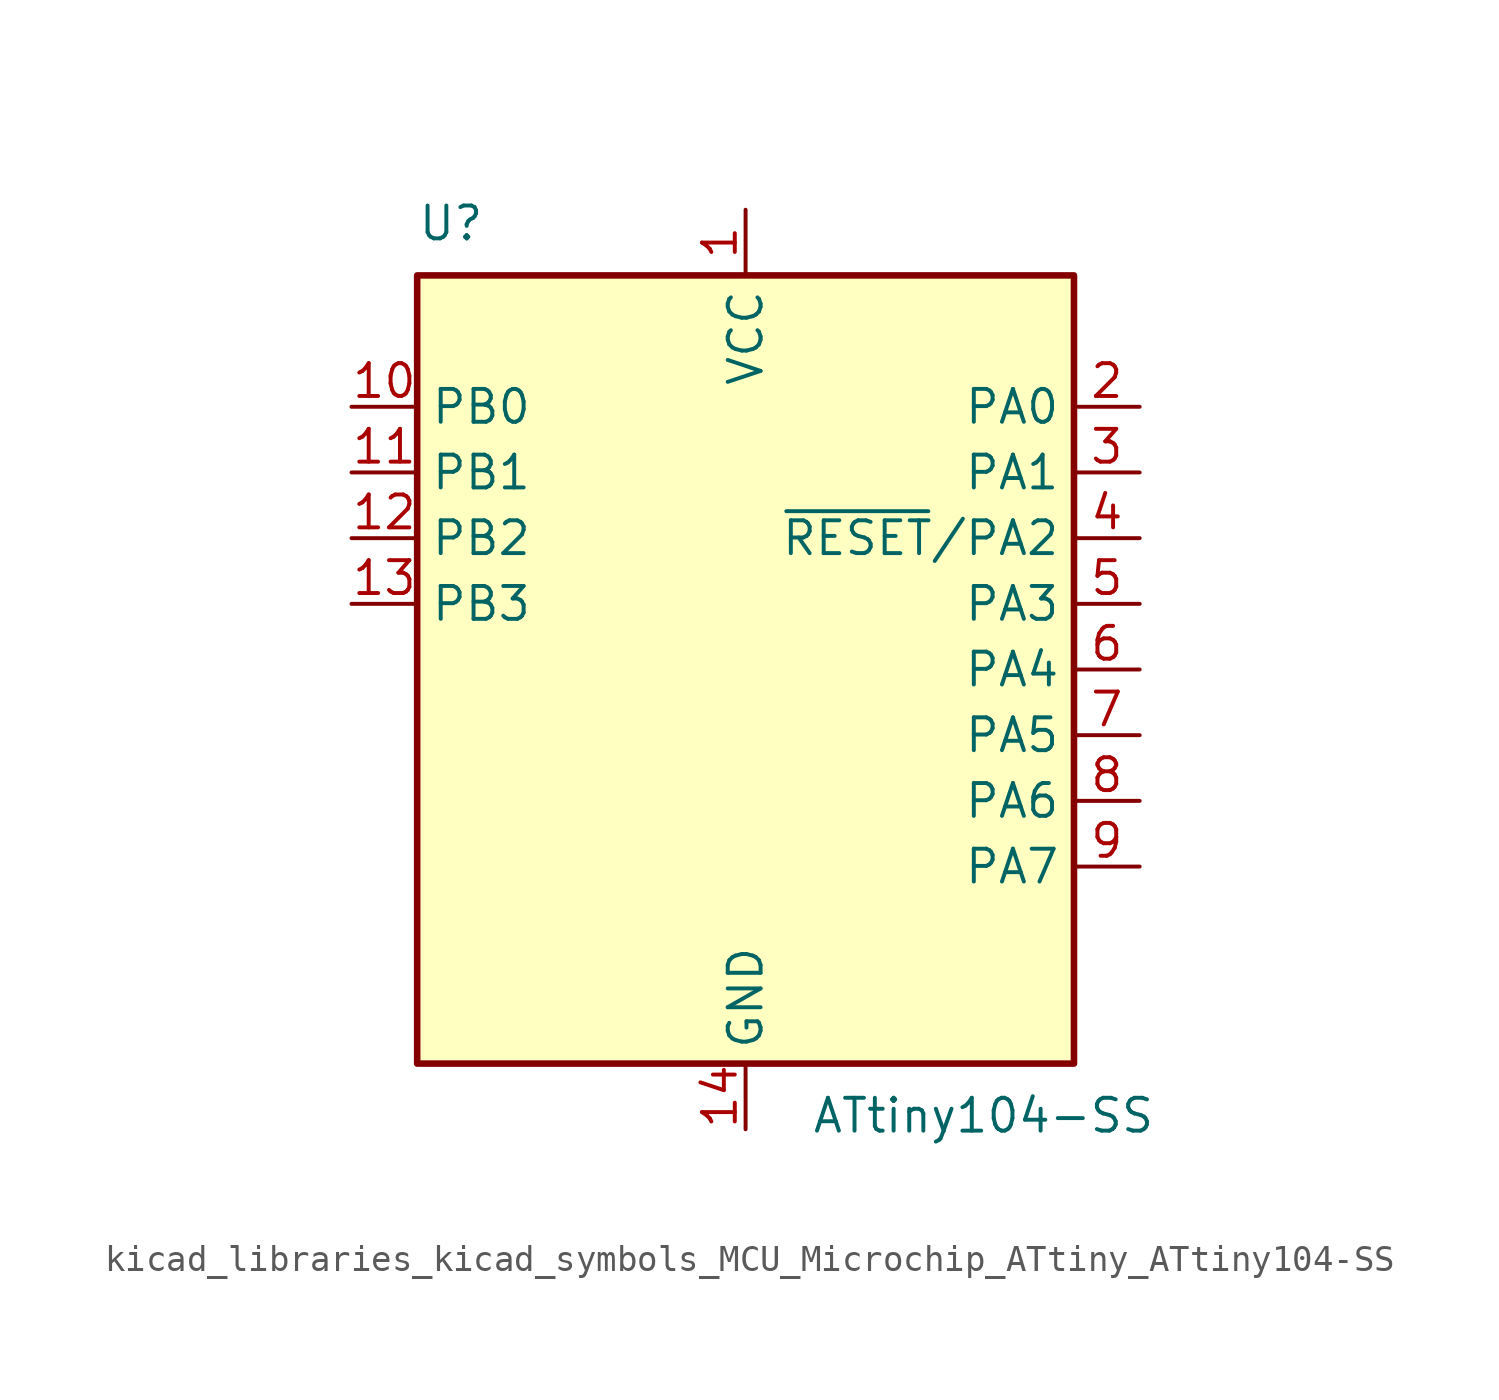
<source format=kicad_sym>
(kicad_symbol_lib
  (version 20220914)
  (generator kicad_symbol_editor)
  (symbol "kicad_libraries_kicad_symbols_MCU_Microchip_ATtiny_ATtiny104-SS"
    (property "Reference" "U"
      (at -12.7 16.51 0)
      (effects (font (size 1.27 1.27)) (justify left bottom)))
    (property "Value" "ATtiny104-SS"
      (at 2.54 -16.51 0)
      (effects (font (size 1.27 1.27)) (justify left top)))
    (symbol "kicad_libraries_kicad_symbols_MCU_Microchip_ATtiny_ATtiny104-SS_0_1"
      (rectangle (start -12.7 -15.24) (end 12.7 15.24) (stroke (width 0.254) (type default)) (fill (type background))))
    (symbol "kicad_libraries_kicad_symbols_MCU_Microchip_ATtiny_ATtiny104-SS_1_1"
      (pin power_in line (at 0 17.78 270) (length 2.54) (name "VCC" (effects (font (size 1.27 1.27)))) (number "1" (effects (font (size 1.27 1.27)))))
      (pin bidirectional line (at -15.24 10.16 0) (length 2.54) (name "PB0" (effects (font (size 1.27 1.27)))) (number "10" (effects (font (size 1.27 1.27)))))
      (pin bidirectional line (at -15.24 7.62 0) (length 2.54) (name "PB1" (effects (font (size 1.27 1.27)))) (number "11" (effects (font (size 1.27 1.27)))))
      (pin bidirectional line (at -15.24 5.08 0) (length 2.54) (name "PB2" (effects (font (size 1.27 1.27)))) (number "12" (effects (font (size 1.27 1.27)))))
      (pin bidirectional line (at -15.24 2.54 0) (length 2.54) (name "PB3" (effects (font (size 1.27 1.27)))) (number "13" (effects (font (size 1.27 1.27)))))
      (pin power_in line (at 0 -17.78 90) (length 2.54) (name "GND" (effects (font (size 1.27 1.27)))) (number "14" (effects (font (size 1.27 1.27)))))
      (pin bidirectional line (at 15.24 10.16 180) (length 2.54) (name "PA0" (effects (font (size 1.27 1.27)))) (number "2" (effects (font (size 1.27 1.27)))))
      (pin bidirectional line (at 15.24 7.62 180) (length 2.54) (name "PA1" (effects (font (size 1.27 1.27)))) (number "3" (effects (font (size 1.27 1.27)))))
      (pin bidirectional line (at 15.24 5.08 180) (length 2.54) (name "~{RESET}/PA2" (effects (font (size 1.27 1.27)))) (number "4" (effects (font (size 1.27 1.27)))))
      (pin bidirectional line (at 15.24 2.54 180) (length 2.54) (name "PA3" (effects (font (size 1.27 1.27)))) (number "5" (effects (font (size 1.27 1.27)))))
      (pin bidirectional line (at 15.24 0 180) (length 2.54) (name "PA4" (effects (font (size 1.27 1.27)))) (number "6" (effects (font (size 1.27 1.27)))))
      (pin bidirectional line (at 15.24 -2.54 180) (length 2.54) (name "PA5" (effects (font (size 1.27 1.27)))) (number "7" (effects (font (size 1.27 1.27)))))
      (pin bidirectional line (at 15.24 -5.08 180) (length 2.54) (name "PA6" (effects (font (size 1.27 1.27)))) (number "8" (effects (font (size 1.27 1.27)))))
      (pin bidirectional line (at 15.24 -7.62 180) (length 2.54) (name "PA7" (effects (font (size 1.27 1.27)))) (number "9" (effects (font (size 1.27 1.27))))))))
</source>
